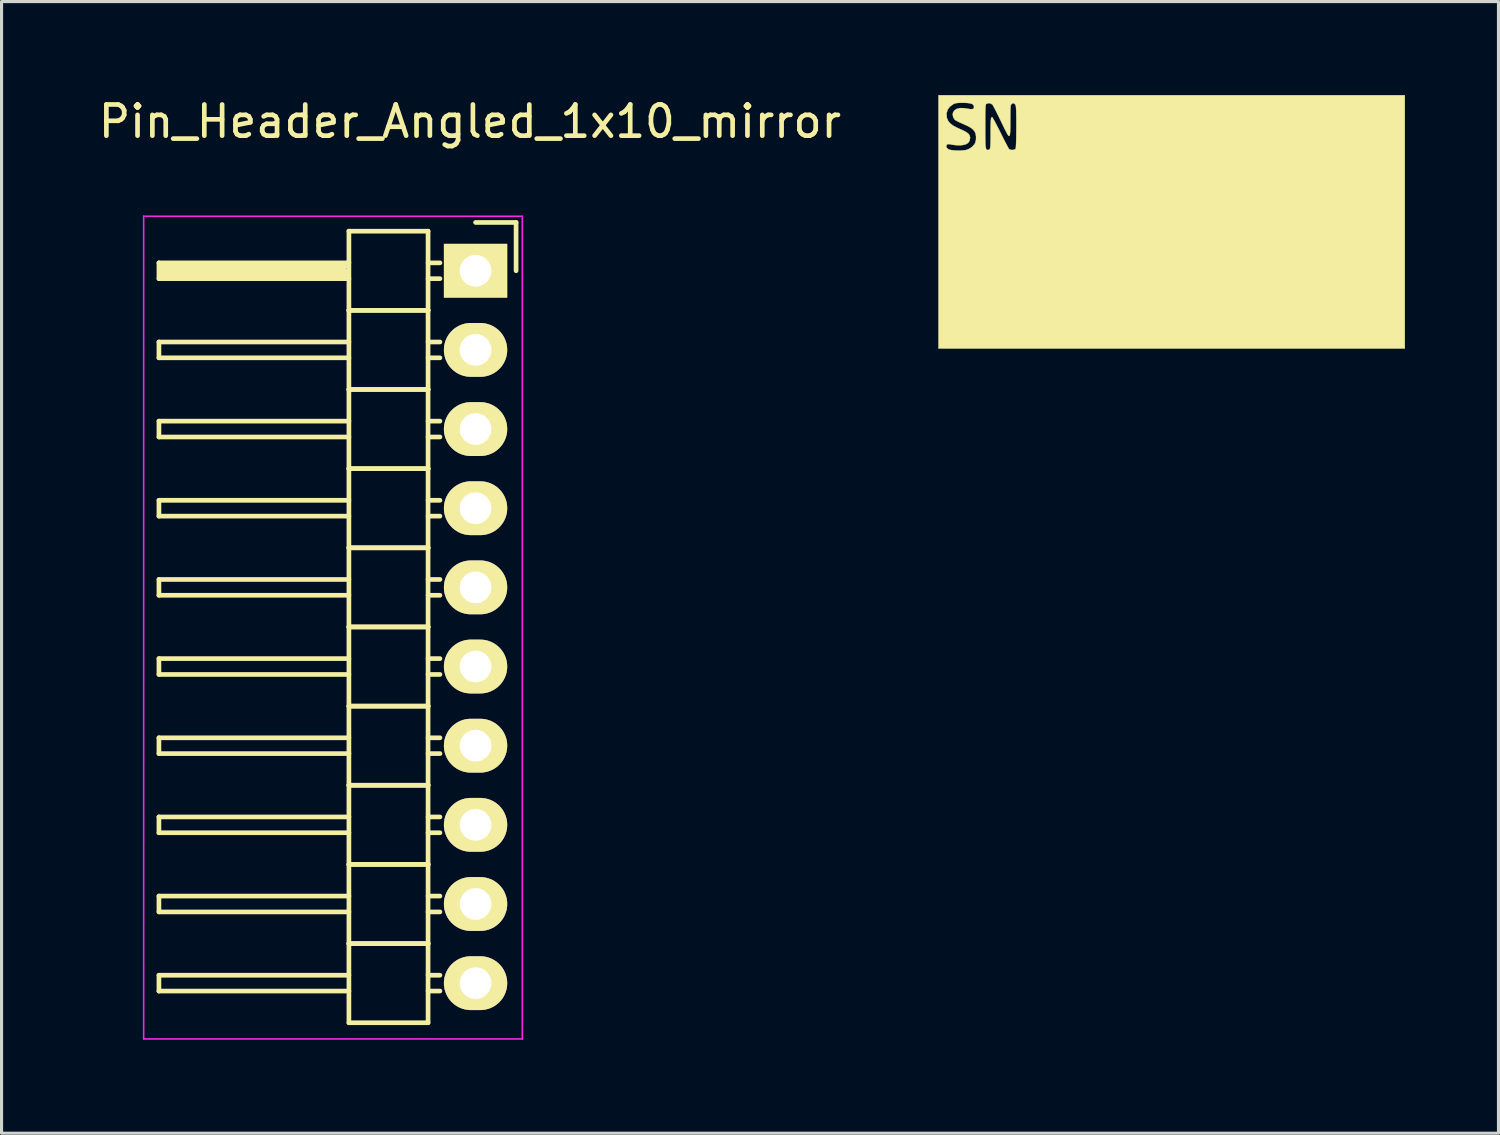
<source format=kicad_pcb>
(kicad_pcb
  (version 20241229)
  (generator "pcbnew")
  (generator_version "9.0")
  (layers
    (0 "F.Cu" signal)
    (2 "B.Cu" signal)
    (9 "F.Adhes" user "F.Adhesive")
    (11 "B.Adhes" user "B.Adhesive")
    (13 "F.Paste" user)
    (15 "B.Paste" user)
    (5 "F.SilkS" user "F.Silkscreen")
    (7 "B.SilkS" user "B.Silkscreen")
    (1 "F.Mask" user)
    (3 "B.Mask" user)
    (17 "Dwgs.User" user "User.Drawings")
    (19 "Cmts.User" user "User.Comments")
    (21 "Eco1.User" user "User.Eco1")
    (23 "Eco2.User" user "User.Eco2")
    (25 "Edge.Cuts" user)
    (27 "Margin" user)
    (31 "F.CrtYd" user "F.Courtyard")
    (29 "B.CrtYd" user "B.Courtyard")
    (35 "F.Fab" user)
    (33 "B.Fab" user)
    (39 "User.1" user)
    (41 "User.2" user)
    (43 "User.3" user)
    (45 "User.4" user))
  (footprint "Pin_Header_Angled_1x10_mirror"
    (layer "F.Cu")
    (at 12.03 5.948)
    (property "Reference" "Pin_Header_Angled_1x10_mirror" (at 0 -5.1 0) (layer "F.SilkS") (effects (font (size 1 1) (thickness 0.15))))
    (attr through_hole)
    (fp_line (start -9.98 -0.564) (end -9.98 -0.056) (stroke (width 0.15) (type solid)) (layer "F.SilkS"))
    (fp_line (start -9.98 -0.056) (end -3.884 -0.056) (stroke (width 0.15) (type solid)) (layer "F.SilkS"))
    (fp_line (start -9.98 1.976) (end -9.98 2.484) (stroke (width 0.15) (type solid)) (layer "F.SilkS"))
    (fp_line (start -9.98 2.484) (end -3.884 2.484) (stroke (width 0.15) (type solid)) (layer "F.SilkS"))
    (fp_line (start -9.98 4.516) (end -9.98 5.024) (stroke (width 0.15) (type solid)) (layer "F.SilkS"))
    (fp_line (start -9.98 5.024) (end -3.884 5.024) (stroke (width 0.15) (type solid)) (layer "F.SilkS"))
    (fp_line (start -9.98 7.056) (end -9.98 7.564) (stroke (width 0.15) (type solid)) (layer "F.SilkS"))
    (fp_line (start -9.98 7.564) (end -3.884 7.564) (stroke (width 0.15) (type solid)) (layer "F.SilkS"))
    (fp_line (start -9.98 9.596) (end -9.98 10.104) (stroke (width 0.15) (type solid)) (layer "F.SilkS"))
    (fp_line (start -9.98 10.104) (end -3.884 10.104) (stroke (width 0.15) (type solid)) (layer "F.SilkS"))
    (fp_line (start -9.98 12.136) (end -9.98 12.644) (stroke (width 0.15) (type solid)) (layer "F.SilkS"))
    (fp_line (start -9.98 12.644) (end -3.884 12.644) (stroke (width 0.15) (type solid)) (layer "F.SilkS"))
    (fp_line (start -9.98 14.676) (end -9.98 15.184) (stroke (width 0.15) (type solid)) (layer "F.SilkS"))
    (fp_line (start -9.98 15.184) (end -3.884 15.184) (stroke (width 0.15) (type solid)) (layer "F.SilkS"))
    (fp_line (start -9.98 17.216) (end -9.98 17.724) (stroke (width 0.15) (type solid)) (layer "F.SilkS"))
    (fp_line (start -9.98 17.724) (end -3.884 17.724) (stroke (width 0.15) (type solid)) (layer "F.SilkS"))
    (fp_line (start -9.98 19.756) (end -9.98 20.264) (stroke (width 0.15) (type solid)) (layer "F.SilkS"))
    (fp_line (start -9.98 20.264) (end -3.884 20.264) (stroke (width 0.15) (type solid)) (layer "F.SilkS"))
    (fp_line (start -9.98 22.296) (end -9.98 22.804) (stroke (width 0.15) (type solid)) (layer "F.SilkS"))
    (fp_line (start -9.98 22.804) (end -3.884 22.804) (stroke (width 0.15) (type solid)) (layer "F.SilkS"))
    (fp_line (start -9.853 -0.437) (end -9.853 -0.183) (stroke (width 0.15) (type solid)) (layer "F.SilkS"))
    (fp_line (start -9.853 -0.183) (end -4.011 -0.183) (stroke (width 0.15) (type solid)) (layer "F.SilkS"))
    (fp_line (start -4.011 -0.437) (end -9.853 -0.437) (stroke (width 0.15) (type solid)) (layer "F.SilkS"))
    (fp_line (start -4.011 -0.31) (end -9.853 -0.31) (stroke (width 0.15) (type solid)) (layer "F.SilkS"))
    (fp_line (start -4.011 -0.183) (end -4.011 -0.31) (stroke (width 0.15) (type solid)) (layer "F.SilkS"))
    (fp_line (start -3.884 -0.564) (end -9.98 -0.564) (stroke (width 0.15) (type solid)) (layer "F.SilkS"))
    (fp_line (start -3.884 0.96) (end -3.884 -1.58) (stroke (width 0.15) (type solid)) (layer "F.SilkS"))
    (fp_line (start -3.884 1.976) (end -9.98 1.976) (stroke (width 0.15) (type solid)) (layer "F.SilkS"))
    (fp_line (start -3.884 3.5) (end -3.884 0.96) (stroke (width 0.15) (type solid)) (layer "F.SilkS"))
    (fp_line (start -3.884 4.516) (end -9.98 4.516) (stroke (width 0.15) (type solid)) (layer "F.SilkS"))
    (fp_line (start -3.884 6.04) (end -3.884 3.5) (stroke (width 0.15) (type solid)) (layer "F.SilkS"))
    (fp_line (start -3.884 7.056) (end -9.98 7.056) (stroke (width 0.15) (type solid)) (layer "F.SilkS"))
    (fp_line (start -3.884 8.58) (end -3.884 6.04) (stroke (width 0.15) (type solid)) (layer "F.SilkS"))
    (fp_line (start -3.884 9.596) (end -9.98 9.596) (stroke (width 0.15) (type solid)) (layer "F.SilkS"))
    (fp_line (start -3.884 11.12) (end -3.884 8.58) (stroke (width 0.15) (type solid)) (layer "F.SilkS"))
    (fp_line (start -3.884 12.136) (end -9.98 12.136) (stroke (width 0.15) (type solid)) (layer "F.SilkS"))
    (fp_line (start -3.884 13.66) (end -3.884 11.12) (stroke (width 0.15) (type solid)) (layer "F.SilkS"))
    (fp_line (start -3.884 14.676) (end -9.98 14.676) (stroke (width 0.15) (type solid)) (layer "F.SilkS"))
    (fp_line (start -3.884 16.2) (end -3.884 13.66) (stroke (width 0.15) (type solid)) (layer "F.SilkS"))
    (fp_line (start -3.884 17.216) (end -9.98 17.216) (stroke (width 0.15) (type solid)) (layer "F.SilkS"))
    (fp_line (start -3.884 18.74) (end -3.884 16.2) (stroke (width 0.15) (type solid)) (layer "F.SilkS"))
    (fp_line (start -3.884 19.756) (end -9.98 19.756) (stroke (width 0.15) (type solid)) (layer "F.SilkS"))
    (fp_line (start -3.884 21.28) (end -3.884 18.74) (stroke (width 0.15) (type solid)) (layer "F.SilkS"))
    (fp_line (start -3.884 22.296) (end -9.98 22.296) (stroke (width 0.15) (type solid)) (layer "F.SilkS"))
    (fp_line (start -3.884 23.82) (end -3.884 21.28) (stroke (width 0.15) (type solid)) (layer "F.SilkS"))
    (fp_line (start -1.344 -1.58) (end -3.884 -1.58) (stroke (width 0.15) (type solid)) (layer "F.SilkS"))
    (fp_line (start -1.344 -1.58) (end -1.344 0.96) (stroke (width 0.15) (type solid)) (layer "F.SilkS"))
    (fp_line (start -1.344 -0.564) (end -0.963 -0.564) (stroke (width 0.15) (type solid)) (layer "F.SilkS"))
    (fp_line (start -1.344 -0.056) (end -0.963 -0.056) (stroke (width 0.15) (type solid)) (layer "F.SilkS"))
    (fp_line (start -1.344 0.96) (end -3.884 0.96) (stroke (width 0.15) (type solid)) (layer "F.SilkS"))
    (fp_line (start -1.344 0.96) (end -3.884 0.96) (stroke (width 0.15) (type solid)) (layer "F.SilkS"))
    (fp_line (start -1.344 0.96) (end -1.344 3.5) (stroke (width 0.15) (type solid)) (layer "F.SilkS"))
    (fp_line (start -1.344 1.976) (end -0.963 1.976) (stroke (width 0.15) (type solid)) (layer "F.SilkS"))
    (fp_line (start -1.344 2.484) (end -0.963 2.484) (stroke (width 0.15) (type solid)) (layer "F.SilkS"))
    (fp_line (start -1.344 3.5) (end -3.884 3.5) (stroke (width 0.15) (type solid)) (layer "F.SilkS"))
    (fp_line (start -1.344 3.5) (end -3.884 3.5) (stroke (width 0.15) (type solid)) (layer "F.SilkS"))
    (fp_line (start -1.344 3.5) (end -1.344 6.04) (stroke (width 0.15) (type solid)) (layer "F.SilkS"))
    (fp_line (start -1.344 4.516) (end -0.963 4.516) (stroke (width 0.15) (type solid)) (layer "F.SilkS"))
    (fp_line (start -1.344 5.024) (end -0.963 5.024) (stroke (width 0.15) (type solid)) (layer "F.SilkS"))
    (fp_line (start -1.344 6.04) (end -3.884 6.04) (stroke (width 0.15) (type solid)) (layer "F.SilkS"))
    (fp_line (start -1.344 6.04) (end -3.884 6.04) (stroke (width 0.15) (type solid)) (layer "F.SilkS"))
    (fp_line (start -1.344 6.04) (end -1.344 8.58) (stroke (width 0.15) (type solid)) (layer "F.SilkS"))
    (fp_line (start -1.344 7.056) (end -0.963 7.056) (stroke (width 0.15) (type solid)) (layer "F.SilkS"))
    (fp_line (start -1.344 7.564) (end -0.963 7.564) (stroke (width 0.15) (type solid)) (layer "F.SilkS"))
    (fp_line (start -1.344 8.58) (end -3.884 8.58) (stroke (width 0.15) (type solid)) (layer "F.SilkS"))
    (fp_line (start -1.344 8.58) (end -3.884 8.58) (stroke (width 0.15) (type solid)) (layer "F.SilkS"))
    (fp_line (start -1.344 8.58) (end -1.344 11.12) (stroke (width 0.15) (type solid)) (layer "F.SilkS"))
    (fp_line (start -1.344 9.596) (end -0.963 9.596) (stroke (width 0.15) (type solid)) (layer "F.SilkS"))
    (fp_line (start -1.344 10.104) (end -0.963 10.104) (stroke (width 0.15) (type solid)) (layer "F.SilkS"))
    (fp_line (start -1.344 11.12) (end -3.884 11.12) (stroke (width 0.15) (type solid)) (layer "F.SilkS"))
    (fp_line (start -1.344 11.12) (end -3.884 11.12) (stroke (width 0.15) (type solid)) (layer "F.SilkS"))
    (fp_line (start -1.344 11.12) (end -1.344 13.66) (stroke (width 0.15) (type solid)) (layer "F.SilkS"))
    (fp_line (start -1.344 12.136) (end -0.963 12.136) (stroke (width 0.15) (type solid)) (layer "F.SilkS"))
    (fp_line (start -1.344 12.644) (end -0.963 12.644) (stroke (width 0.15) (type solid)) (layer "F.SilkS"))
    (fp_line (start -1.344 13.66) (end -3.884 13.66) (stroke (width 0.15) (type solid)) (layer "F.SilkS"))
    (fp_line (start -1.344 13.66) (end -3.884 13.66) (stroke (width 0.15) (type solid)) (layer "F.SilkS"))
    (fp_line (start -1.344 13.66) (end -1.344 16.2) (stroke (width 0.15) (type solid)) (layer "F.SilkS"))
    (fp_line (start -1.344 14.676) (end -0.963 14.676) (stroke (width 0.15) (type solid)) (layer "F.SilkS"))
    (fp_line (start -1.344 15.184) (end -0.963 15.184) (stroke (width 0.15) (type solid)) (layer "F.SilkS"))
    (fp_line (start -1.344 16.2) (end -3.884 16.2) (stroke (width 0.15) (type solid)) (layer "F.SilkS"))
    (fp_line (start -1.344 16.2) (end -3.884 16.2) (stroke (width 0.15) (type solid)) (layer "F.SilkS"))
    (fp_line (start -1.344 16.2) (end -1.344 18.74) (stroke (width 0.15) (type solid)) (layer "F.SilkS"))
    (fp_line (start -1.344 17.216) (end -0.963 17.216) (stroke (width 0.15) (type solid)) (layer "F.SilkS"))
    (fp_line (start -1.344 17.724) (end -0.963 17.724) (stroke (width 0.15) (type solid)) (layer "F.SilkS"))
    (fp_line (start -1.344 18.74) (end -3.884 18.74) (stroke (width 0.15) (type solid)) (layer "F.SilkS"))
    (fp_line (start -1.344 18.74) (end -3.884 18.74) (stroke (width 0.15) (type solid)) (layer "F.SilkS"))
    (fp_line (start -1.344 18.74) (end -1.344 21.28) (stroke (width 0.15) (type solid)) (layer "F.SilkS"))
    (fp_line (start -1.344 19.756) (end -0.963 19.756) (stroke (width 0.15) (type solid)) (layer "F.SilkS"))
    (fp_line (start -1.344 20.264) (end -0.963 20.264) (stroke (width 0.15) (type solid)) (layer "F.SilkS"))
    (fp_line (start -1.344 21.28) (end -3.884 21.28) (stroke (width 0.15) (type solid)) (layer "F.SilkS"))
    (fp_line (start -1.344 21.28) (end -3.884 21.28) (stroke (width 0.15) (type solid)) (layer "F.SilkS"))
    (fp_line (start -1.344 21.28) (end -1.344 23.82) (stroke (width 0.15) (type solid)) (layer "F.SilkS"))
    (fp_line (start -1.344 22.296) (end -0.963 22.296) (stroke (width 0.15) (type solid)) (layer "F.SilkS"))
    (fp_line (start -1.344 22.804) (end -0.963 22.804) (stroke (width 0.15) (type solid)) (layer "F.SilkS"))
    (fp_line (start -1.344 23.82) (end -3.884 23.82) (stroke (width 0.15) (type solid)) (layer "F.SilkS"))
    (fp_line (start 0.18 -1.86) (end 1.48 -1.86) (stroke (width 0.15) (type solid)) (layer "F.SilkS"))
    (fp_line (start 1.48 -1.86) (end 1.48 -0.31) (stroke (width 0.15) (type solid)) (layer "F.SilkS"))
    (fp_line (start -10.47 -2.06) (end -10.47 24.34) (stroke (width 0.05) (type solid)) (layer "F.CrtYd"))
    (fp_line (start 1.68 -2.06) (end -10.47 -2.06) (stroke (width 0.05) (type solid)) (layer "F.CrtYd"))
    (fp_line (start 1.68 -2.06) (end 1.68 24.34) (stroke (width 0.05) (type solid)) (layer "F.CrtYd"))
    (fp_line (start 1.68 24.34) (end -10.47 24.34) (stroke (width 0.05) (type solid)) (layer "F.CrtYd"))
    (pad "1" thru_hole rect (at 0.18 -0.31 180) (size 2.032 1.727) (drill 1.016) (layers "*.Cu" "*.Mask" "F.SilkS"))
    (pad "2" thru_hole oval (at 0.18 2.23 180) (size 2.032 1.727) (drill 1.016) (layers "*.Cu" "*.Mask" "F.SilkS"))
    (pad "3" thru_hole oval (at 0.18 4.77 180) (size 2.032 1.727) (drill 1.016) (layers "*.Cu" "*.Mask" "F.SilkS"))
    (pad "4" thru_hole oval (at 0.18 7.31 180) (size 2.032 1.727) (drill 1.016) (layers "*.Cu" "*.Mask" "F.SilkS"))
    (pad "5" thru_hole oval (at 0.18 9.85 180) (size 2.032 1.727) (drill 1.016) (layers "*.Cu" "*.Mask" "F.SilkS"))
    (pad "6" thru_hole oval (at 0.18 12.39 180) (size 2.032 1.727) (drill 1.016) (layers "*.Cu" "*.Mask" "F.SilkS"))
    (pad "7" thru_hole oval (at 0.18 14.93 180) (size 2.032 1.727) (drill 1.016) (layers "*.Cu" "*.Mask" "F.SilkS"))
    (pad "8" thru_hole oval (at 0.18 17.47 180) (size 2.032 1.727) (drill 1.016) (layers "*.Cu" "*.Mask" "F.SilkS"))
    (pad "9" thru_hole oval (at 0.18 20.01 180) (size 2.032 1.727) (drill 1.016) (layers "*.Cu" "*.Mask" "F.SilkS"))
    (pad "10" thru_hole oval (at 0.18 22.55 180) (size 2.032 1.727) (drill 1.016) (layers "*.Cu" "*.Mask" "F.SilkS")))
  (footprint "snbox"
    (layer "F.Cu")
    (at 34.536 4.069)
    (property "Reference" "snbox" (at 0 0 0) (layer "F.SilkS") (effects (font (size 1.524 1.524) (thickness 0.3))))
    (attr through_hole)
    (fp_poly (pts (xy 7.493 4.064) (xy -7.472 4.064) (xy -7.472 -2.417) (xy -7.224 -2.417) (xy -7.2 -2.369) (xy -7.143 -2.327) (xy -7.11 -2.314) (xy -7.044 -2.3) (xy -6.949 -2.291) (xy -6.84 -2.288) (xy -6.73 -2.29) (xy -6.632 -2.299) (xy -6.574 -2.309) (xy -6.477 -2.349) (xy -6.388 -2.412) (xy -6.319 -2.488) (xy -6.294 -2.532) (xy -6.269 -2.631) (xy -6.266 -2.738) (xy -6.284 -2.838) (xy -6.313 -2.901) (xy -6.354 -2.953) (xy -6.406 -2.999) (xy -6.475 -3.044) (xy -6.511 -3.062) (xy -5.969 -3.062) (xy -5.969 -2.863) (xy -5.968 -2.703) (xy -5.966 -2.577) (xy -5.963 -2.481) (xy -5.957 -2.411) (xy -5.949 -2.362) (xy -5.938 -2.332) (xy -5.923 -2.315) (xy -5.905 -2.308) (xy -5.884 -2.307) (xy -5.84 -2.321) (xy -5.825 -2.333) (xy -5.816 -2.357) (xy -5.809 -2.411) (xy -5.804 -2.498) (xy -5.801 -2.62) (xy -5.799 -2.781) (xy -5.799 -2.814) (xy -5.799 -2.985) (xy -5.797 -3.119) (xy -5.793 -3.218) (xy -5.788 -3.288) (xy -5.78 -3.332) (xy -5.769 -3.355) (xy -5.754 -3.362) (xy -5.749 -3.361) (xy -5.734 -3.341) (xy -5.703 -3.288) (xy -5.658 -3.207) (xy -5.604 -3.104) (xy -5.541 -2.983) (xy -5.482 -2.865) (xy -5.415 -2.731) (xy -5.353 -2.608) (xy -5.298 -2.502) (xy -5.254 -2.419) (xy -5.223 -2.363) (xy -5.21 -2.341) (xy -5.165 -2.315) (xy -5.104 -2.306) (xy -5.043 -2.315) (xy -5.001 -2.341) (xy -4.996 -2.348) (xy -4.989 -2.382) (xy -4.984 -2.456) (xy -4.98 -2.567) (xy -4.976 -2.713) (xy -4.975 -2.892) (xy -4.974 -3.052) (xy -4.974 -3.242) (xy -4.975 -3.394) (xy -4.977 -3.512) (xy -4.98 -3.601) (xy -4.984 -3.667) (xy -4.99 -3.712) (xy -4.997 -3.742) (xy -5.006 -3.762) (xy -5.007 -3.763) (xy -5.051 -3.804) (xy -5.097 -3.802) (xy -5.131 -3.777) (xy -5.142 -3.76) (xy -5.151 -3.733) (xy -5.157 -3.688) (xy -5.161 -3.622) (xy -5.163 -3.528) (xy -5.164 -3.403) (xy -5.165 -3.259) (xy -5.165 -3.089) (xy -5.168 -2.958) (xy -5.172 -2.863) (xy -5.18 -2.799) (xy -5.19 -2.764) (xy -5.205 -2.754) (xy -5.225 -2.765) (xy -5.247 -2.791) (xy -5.266 -2.823) (xy -5.299 -2.887) (xy -5.345 -2.977) (xy -5.399 -3.086) (xy -5.459 -3.21) (xy -5.49 -3.275) (xy -5.553 -3.404) (xy -5.611 -3.522) (xy -5.663 -3.623) (xy -5.705 -3.702) (xy -5.734 -3.751) (xy -5.743 -3.762) (xy -5.805 -3.803) (xy -5.88 -3.806) (xy -5.928 -3.788) (xy -5.939 -3.78) (xy -5.948 -3.768) (xy -5.955 -3.746) (xy -5.96 -3.71) (xy -5.964 -3.656) (xy -5.966 -3.58) (xy -5.968 -3.477) (xy -5.969 -3.343) (xy -5.969 -3.173) (xy -5.969 -3.062) (xy -6.511 -3.062) (xy -6.569 -3.092) (xy -6.696 -3.148) (xy -6.707 -3.153) (xy -6.797 -3.193) (xy -6.874 -3.231) (xy -6.929 -3.262) (xy -6.95 -3.277) (xy -7.002 -3.362) (xy -7.015 -3.454) (xy -7.005 -3.507) (xy -6.96 -3.579) (xy -6.883 -3.627) (xy -6.778 -3.651) (xy -6.647 -3.649) (xy -6.551 -3.634) (xy -6.449 -3.617) (xy -6.381 -3.619) (xy -6.343 -3.64) (xy -6.332 -3.682) (xy -6.333 -3.7) (xy -6.349 -3.747) (xy -6.389 -3.781) (xy -6.457 -3.803) (xy -6.557 -3.816) (xy -6.689 -3.82) (xy -6.795 -3.819) (xy -6.87 -3.814) (xy -6.926 -3.804) (xy -6.973 -3.787) (xy -6.998 -3.774) (xy -7.106 -3.696) (xy -7.178 -3.598) (xy -7.211 -3.484) (xy -7.205 -3.357) (xy -7.197 -3.326) (xy -7.161 -3.239) (xy -7.098 -3.162) (xy -7.004 -3.09) (xy -6.875 -3.021) (xy -6.793 -2.984) (xy -6.663 -2.926) (xy -6.569 -2.874) (xy -6.506 -2.823) (xy -6.471 -2.771) (xy -6.457 -2.713) (xy -6.456 -2.695) (xy -6.473 -2.599) (xy -6.524 -2.528) (xy -6.61 -2.481) (xy -6.731 -2.458) (xy -6.801 -2.455) (xy -6.899 -2.46) (xy -7.004 -2.471) (xy -7.059 -2.48) (xy -7.129 -2.493) (xy -7.17 -2.494) (xy -7.195 -2.483) (xy -7.21 -2.465) (xy -7.224 -2.417) (xy -7.472 -2.417) (xy -7.472 -4.064) (xy 7.493 -4.064) (xy 7.493 4.064)) (stroke (width 0.01) (type solid)) (fill yes) (layer "F.SilkS")))
  (gr_rect
    (start -3 -3)
    (end 45.034 33.313)
    (stroke (width 0.1) (type default))
    (fill no)
    (layer "Edge.Cuts")))
</source>
